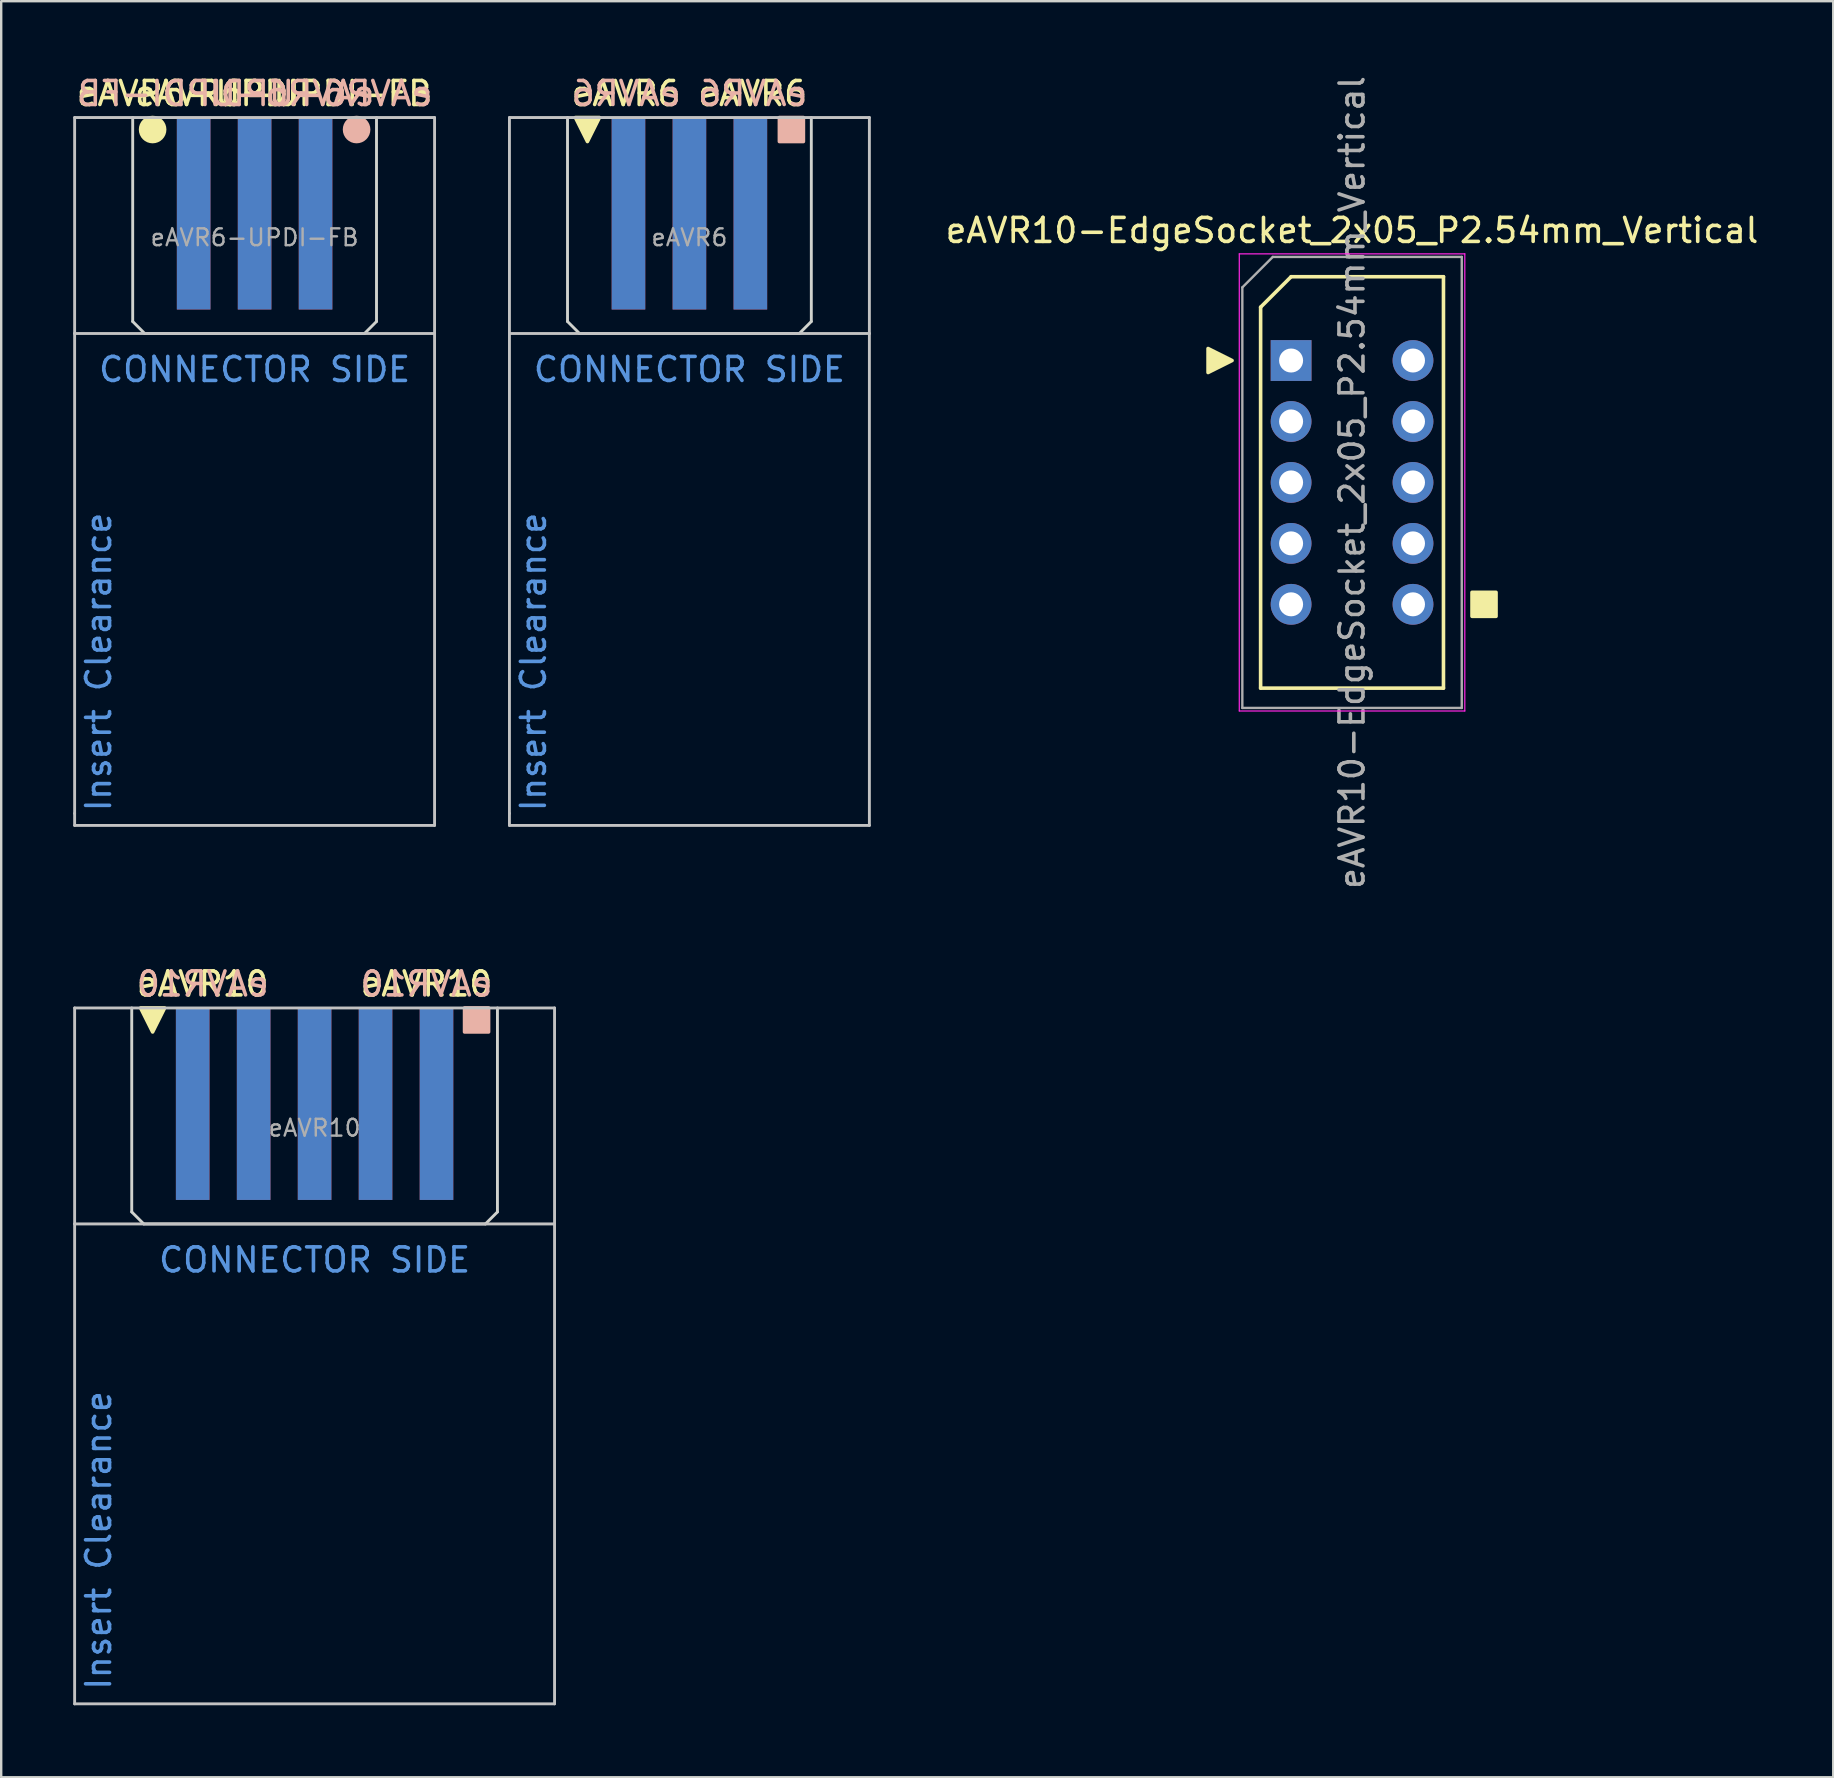
<source format=kicad_pcb>
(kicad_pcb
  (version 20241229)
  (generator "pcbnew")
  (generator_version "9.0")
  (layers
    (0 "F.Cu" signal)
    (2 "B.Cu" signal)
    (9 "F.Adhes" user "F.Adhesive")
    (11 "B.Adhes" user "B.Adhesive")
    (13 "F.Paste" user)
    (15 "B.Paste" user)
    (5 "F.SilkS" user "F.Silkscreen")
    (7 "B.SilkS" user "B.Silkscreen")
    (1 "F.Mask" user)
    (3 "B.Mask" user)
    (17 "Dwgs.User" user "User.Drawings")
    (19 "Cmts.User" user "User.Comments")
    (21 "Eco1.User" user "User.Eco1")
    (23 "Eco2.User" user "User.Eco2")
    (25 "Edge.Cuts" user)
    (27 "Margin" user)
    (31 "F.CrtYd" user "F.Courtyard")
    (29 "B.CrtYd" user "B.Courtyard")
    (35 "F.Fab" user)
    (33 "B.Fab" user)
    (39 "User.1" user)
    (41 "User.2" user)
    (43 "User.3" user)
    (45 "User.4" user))
  (footprint "eAVR10-EdgeSocket_2x05_P2.54mm_Vertical"
    (layer "F.Cu")
    (at 53.294 17.054)
    (property "Reference" "eAVR10-EdgeSocket_2x05_P2.54mm_Vertical" (at 0 -10.5 0) (layer "F.SilkS") (effects (font (size 1 1) (thickness 0.15))))
    (attr through_hole)
    (fp_line (start -3.81 -7.303) (end -3.81 8.572) (stroke (width 0.15) (type solid)) (layer "F.SilkS"))
    (fp_line (start -3.81 -7.303) (end -2.54 -8.572) (stroke (width 0.15) (type solid)) (layer "F.SilkS"))
    (fp_line (start -3.81 8.572) (end 3.81 8.572) (stroke (width 0.15) (type solid)) (layer "F.SilkS"))
    (fp_line (start -2.54 -8.572) (end 3.81 -8.572) (stroke (width 0.15) (type solid)) (layer "F.SilkS"))
    (fp_line (start 3.81 -8.572) (end 3.81 8.572) (stroke (width 0.15) (type solid)) (layer "F.SilkS"))
    (fp_rect (start 6 4.58) (end 5 5.58) (stroke (width 0.15) (type solid)) (fill yes) (layer "F.SilkS"))
    (fp_poly (pts (xy -5 -5.08) (xy -6 -5.58) (xy -6 -4.58)) (stroke (width 0.15) (type solid)) (fill yes) (layer "F.SilkS"))
    (fp_line (start -4.699 -9.525) (end -4.699 9.525) (stroke (width 0.05) (type solid)) (layer "F.CrtYd"))
    (fp_line (start -4.699 -9.525) (end 4.699 -9.525) (stroke (width 0.05) (type solid)) (layer "F.CrtYd"))
    (fp_line (start -4.699 9.525) (end 4.699 9.525) (stroke (width 0.05) (type solid)) (layer "F.CrtYd"))
    (fp_line (start 4.699 9.525) (end 4.699 -9.525) (stroke (width 0.05) (type solid)) (layer "F.CrtYd"))
    (fp_line (start -4.572 -8.128) (end -3.302 -9.398) (stroke (width 0.1) (type solid)) (layer "F.Fab"))
    (fp_line (start -4.572 9.398) (end -4.572 -8.128) (stroke (width 0.1) (type solid)) (layer "F.Fab"))
    (fp_line (start -4.572 9.398) (end 4.572 9.398) (stroke (width 0.1) (type solid)) (layer "F.Fab"))
    (fp_line (start -3.302 -9.398) (end 4.572 -9.398) (stroke (width 0.1) (type solid)) (layer "F.Fab"))
    (fp_line (start 4.572 9.398) (end 4.572 -9.398) (stroke (width 0.1) (type solid)) (layer "F.Fab"))
    (fp_text user "${REFERENCE}" (at 0 0 90) (layer "F.Fab") (effects (font (size 1 1) (thickness 0.15))))
    (pad "1" thru_hole rect (at -2.54 -5.08) (size 1.7 1.7) (drill 1) (layers "*.Cu" "*.Mask"))
    (pad "2" thru_hole oval (at 2.54 -5.08) (size 1.7 1.7) (drill 1) (layers "*.Cu" "*.Mask"))
    (pad "3" thru_hole circle (at -2.54 -2.54) (size 1.7 1.7) (drill 1) (layers "*.Cu" "*.Mask"))
    (pad "4" thru_hole oval (at 2.54 -2.54) (size 1.7 1.7) (drill 1) (layers "*.Cu" "*.Mask"))
    (pad "5" thru_hole oval (at -2.54 0) (size 1.7 1.7) (drill 1) (layers "*.Cu" "*.Mask"))
    (pad "6" thru_hole oval (at 2.54 0) (size 1.7 1.7) (drill 1) (layers "*.Cu" "*.Mask"))
    (pad "7" thru_hole oval (at -2.54 2.54) (size 1.7 1.7) (drill 1) (layers "*.Cu" "*.Mask"))
    (pad "8" thru_hole oval (at 2.54 2.54) (size 1.7 1.7) (drill 1) (layers "*.Cu" "*.Mask"))
    (pad "9" thru_hole oval (at -2.54 5.08) (size 1.7 1.7) (drill 1) (layers "*.Cu" "*.Mask"))
    (pad "10" thru_hole oval (at 2.54 5.08) (size 1.7 1.7) (drill 1) (layers "*.Cu" "*.Mask")))
  (footprint "eAVR6"
    (layer "F.Cu")
    (at 25.68 10.848)
    (property "Reference" "eAVR6" (at 5 -10 0) (layer "F.SilkS") (effects (font (size 1 1) (thickness 0.15)) (justify right)))
    (attr exclude_from_pos_files exclude_from_bom)
    (fp_poly (pts (xy -4.25 -8) (xy -3.75 -9) (xy -4.75 -9)) (stroke (width 0.15) (type solid)) (fill yes) (layer "F.SilkS"))
    (fp_rect (start 3.75 -9) (end 4.75 -8) (stroke (width 0.15) (type solid)) (fill yes) (layer "B.SilkS"))
    (fp_line (start -7.5 -9) (end -7.5 0) (stroke (width 0.12) (type solid)) (layer "Dwgs.User"))
    (fp_line (start -7.5 -9) (end 7.5 -9) (stroke (width 0.12) (type solid)) (layer "Dwgs.User"))
    (fp_line (start -7.5 0) (end 7.5 0) (stroke (width 0.12) (type solid)) (layer "Dwgs.User"))
    (fp_line (start -7.5 20) (end -7.5 0) (stroke (width 0.12) (type solid)) (layer "Dwgs.User"))
    (fp_line (start -7.5 20.5) (end -7.5 20) (stroke (width 0.12) (type solid)) (layer "Dwgs.User"))
    (fp_line (start -7.5 20.5) (end 7.5 20.5) (stroke (width 0.12) (type solid)) (layer "Dwgs.User"))
    (fp_line (start 7.5 -9) (end 7.5 0) (stroke (width 0.12) (type solid)) (layer "Dwgs.User"))
    (fp_line (start 7.5 20.5) (end 7.5 0) (stroke (width 0.12) (type solid)) (layer "Dwgs.User"))
    (fp_line (start -5.08 -9) (end -5.08 -0.5) (stroke (width 0.12) (type solid)) (layer "Edge.Cuts"))
    (fp_line (start -5.08 -0.5) (end -4.58 0) (stroke (width 0.12) (type solid)) (layer "Edge.Cuts"))
    (fp_line (start -4.58 0) (end 4.58 0) (stroke (width 0.12) (type solid)) (layer "Edge.Cuts"))
    (fp_line (start 5.08 -9) (end 5.08 -0.5) (stroke (width 0.12) (type solid)) (layer "Edge.Cuts"))
    (fp_line (start 5.08 -0.5) (end 4.58 0) (stroke (width 0.12) (type solid)) (layer "Edge.Cuts"))
    (fp_text user "eAVR6" (at -5 -10 0) (unlocked yes) (layer "F.SilkS") (effects (font (size 1 1) (thickness 0.15)) (justify left)))
    (fp_text user "${REFERENCE}" (at -5 -10 0) (layer "B.SilkS") (effects (font (size 1 1) (thickness 0.15)) (justify right mirror)))
    (fp_text user "eAVR6" (at 5 -10 0) (unlocked yes) (layer "B.SilkS") (effects (font (size 1 1) (thickness 0.15)) (justify left mirror)))
    (fp_text user "Insert Clearance" (at -6.5 20 90) (unlocked yes) (layer "Cmts.User") (effects (font (size 1 1) (thickness 0.15)) (justify left)))
    (fp_text user "CONNECTOR SIDE" (at 0 1.5 0) (unlocked yes) (layer "Cmts.User") (effects (font (size 1 1) (thickness 0.15))))
    (fp_text user "${REFERENCE}" (at 0 -4 0) (layer "F.Fab") (effects (font (size 0.7 0.7) (thickness 0.1))))
    (pad "1" connect rect (at -2.54 -5) (size 1.4 8) (layers "F.Cu" "F.Mask"))
    (pad "2" connect rect (at -2.54 -5) (size 1.4 8) (layers "B.Cu" "B.Mask"))
    (pad "3" connect rect (at 0 -5) (size 1.4 8) (layers "F.Cu" "F.Mask"))
    (pad "4" connect rect (at 0 -5) (size 1.4 8) (layers "B.Cu" "B.Mask"))
    (pad "5" connect rect (at 2.54 -5) (size 1.4 8) (layers "F.Cu" "F.Mask"))
    (pad "6" connect rect (at 2.54 -5) (size 1.4 8) (layers "B.Cu" "B.Mask")))
  (footprint "eAVR10"
    (layer "F.Cu")
    (at 10.06 47.955)
    (property "Reference" "eAVR10" (at 7.5 -10 0) (layer "F.SilkS") (effects (font (size 1 1) (thickness 0.15)) (justify right)))
    (attr exclude_from_pos_files exclude_from_bom)
    (fp_poly (pts (xy -6.75 -8) (xy -6.25 -9) (xy -7.25 -9)) (stroke (width 0.15) (type solid)) (fill yes) (layer "F.SilkS"))
    (fp_rect (start 6.25 -9) (end 7.25 -8) (stroke (width 0.15) (type solid)) (fill yes) (layer "B.SilkS"))
    (fp_line (start -10 -9) (end -10 0) (stroke (width 0.12) (type solid)) (layer "Dwgs.User"))
    (fp_line (start -10 0) (end -10 20) (stroke (width 0.12) (type solid)) (layer "Dwgs.User"))
    (fp_line (start -10 0) (end 10 0) (stroke (width 0.12) (type solid)) (layer "Dwgs.User"))
    (fp_line (start 10 -9) (end -10 -9) (stroke (width 0.12) (type solid)) (layer "Dwgs.User"))
    (fp_line (start 10 0) (end 10 -9) (stroke (width 0.12) (type solid)) (layer "Dwgs.User"))
    (fp_line (start 10 0) (end 10 20) (stroke (width 0.12) (type solid)) (layer "Dwgs.User"))
    (fp_line (start 10 20) (end -10 20) (stroke (width 0.12) (type solid)) (layer "Dwgs.User"))
    (fp_line (start -7.62 -9) (end -7.62 -0.5) (stroke (width 0.12) (type solid)) (layer "Edge.Cuts"))
    (fp_line (start -7.62 -0.5) (end -7.12 0) (stroke (width 0.12) (type solid)) (layer "Edge.Cuts"))
    (fp_line (start -7.12 0) (end 7.12 0) (stroke (width 0.12) (type solid)) (layer "Edge.Cuts"))
    (fp_line (start 7.62 -9) (end 7.62 -0.5) (stroke (width 0.12) (type solid)) (layer "Edge.Cuts"))
    (fp_line (start 7.62 -0.5) (end 7.12 0) (stroke (width 0.12) (type solid)) (layer "Edge.Cuts"))
    (fp_text user "eAVR10" (at -7.5 -10 0) (unlocked yes) (layer "F.SilkS") (effects (font (size 1 1) (thickness 0.15)) (justify left)))
    (fp_text user "eAVR10" (at 7.5 -10 0) (unlocked yes) (layer "B.SilkS") (effects (font (size 1 1) (thickness 0.15)) (justify left mirror)))
    (fp_text user "${REFERENCE}" (at -7.5 -10 0) (layer "B.SilkS") (effects (font (size 1 1) (thickness 0.15)) (justify right mirror)))
    (fp_text user "Insert Clearance" (at -9 19.5 90) (unlocked yes) (layer "Cmts.User") (effects (font (size 1 1) (thickness 0.15)) (justify left)))
    (fp_text user "CONNECTOR SIDE" (at 0 1.5 0) (unlocked yes) (layer "Cmts.User") (effects (font (size 1 1) (thickness 0.15))))
    (fp_text user "${REFERENCE}" (at 0 -4 0) (layer "F.Fab") (effects (font (size 0.7 0.7) (thickness 0.1))))
    (pad "1" connect rect (at -5.08 -5) (size 1.4 8) (layers "F.Cu" "F.Mask"))
    (pad "2" connect rect (at -5.08 -5) (size 1.4 8) (layers "B.Cu" "B.Mask"))
    (pad "3" connect rect (at -2.54 -5) (size 1.4 8) (layers "F.Cu" "F.Mask"))
    (pad "4" connect rect (at -2.54 -5) (size 1.4 8) (layers "B.Cu" "B.Mask"))
    (pad "5" connect rect (at 0 -5) (size 1.4 8) (layers "F.Cu" "F.Mask"))
    (pad "6" connect rect (at 0 -5) (size 1.4 8) (layers "B.Cu" "B.Mask"))
    (pad "7" connect rect (at 2.54 -5) (size 1.4 8) (layers "F.Cu" "F.Mask"))
    (pad "8" connect rect (at 2.54 -5) (size 1.4 8) (layers "B.Cu" "B.Mask"))
    (pad "9" connect rect (at 5.08 -5) (size 1.4 8) (layers "F.Cu" "F.Mask"))
    (pad "10" connect rect (at 5.08 -5) (size 1.4 8) (layers "B.Cu" "B.Mask")))
  (footprint "eAVR6-UPDI-FB"
    (layer "F.Cu")
    (at 7.56 10.848)
    (property "Reference" "eAVR6-UPDI-FB" (at 7.5 -10 0) (layer "F.SilkS") (effects (font (size 1 1) (thickness 0.15)) (justify right)))
    (attr exclude_from_pos_files exclude_from_bom)
    (fp_circle (center -4.25 -8.5) (end -3.75 -8.5) (stroke (width 0.15) (type solid)) (fill yes) (layer "F.SilkS"))
    (fp_circle (center 4.25 -8.5) (end 4.75 -8.5) (stroke (width 0.15) (type solid)) (fill yes) (layer "B.SilkS"))
    (fp_line (start -7.5 -9) (end -7.5 0) (stroke (width 0.12) (type solid)) (layer "Dwgs.User"))
    (fp_line (start -7.5 -9) (end 7.5 -9) (stroke (width 0.12) (type solid)) (layer "Dwgs.User"))
    (fp_line (start -7.5 0) (end 7.5 0) (stroke (width 0.12) (type solid)) (layer "Dwgs.User"))
    (fp_line (start -7.5 20) (end -7.5 0) (stroke (width 0.12) (type solid)) (layer "Dwgs.User"))
    (fp_line (start -7.5 20.5) (end -7.5 20) (stroke (width 0.12) (type solid)) (layer "Dwgs.User"))
    (fp_line (start -7.5 20.5) (end 7.5 20.5) (stroke (width 0.12) (type solid)) (layer "Dwgs.User"))
    (fp_line (start 7.5 -9) (end 7.5 0) (stroke (width 0.12) (type solid)) (layer "Dwgs.User"))
    (fp_line (start 7.5 20.5) (end 7.5 0) (stroke (width 0.12) (type solid)) (layer "Dwgs.User"))
    (fp_line (start -5.08 -9) (end -5.08 -0.5) (stroke (width 0.12) (type solid)) (layer "Edge.Cuts"))
    (fp_line (start -5.08 -0.5) (end -4.58 0) (stroke (width 0.12) (type solid)) (layer "Edge.Cuts"))
    (fp_line (start -4.58 0) (end 4.58 0) (stroke (width 0.12) (type solid)) (layer "Edge.Cuts"))
    (fp_line (start 5.08 -9) (end 5.08 -0.5) (stroke (width 0.12) (type solid)) (layer "Edge.Cuts"))
    (fp_line (start 5.08 -0.5) (end 4.58 0) (stroke (width 0.12) (type solid)) (layer "Edge.Cuts"))
    (fp_text user "eAVR6-UPDI" (at -7.5 -10 0) (unlocked yes) (layer "F.SilkS") (effects (font (size 1 1) (thickness 0.15)) (justify left)))
    (fp_text user "eAVR6-UPDI" (at 7.5 -10 0) (unlocked yes) (layer "B.SilkS") (effects (font (size 1 1) (thickness 0.15)) (justify left mirror)))
    (fp_text user "${REFERENCE}" (at -7.5 -10 0) (layer "B.SilkS") (effects (font (size 1 1) (thickness 0.15)) (justify right mirror)))
    (fp_text user "CONNECTOR SIDE" (at 0 1.5 0) (unlocked yes) (layer "Cmts.User") (effects (font (size 1 1) (thickness 0.15))))
    (fp_text user "Insert Clearance" (at -6.5 20 90) (unlocked yes) (layer "Cmts.User") (effects (font (size 1 1) (thickness 0.15)) (justify left)))
    (fp_text user "${REFERENCE}" (at 0 -4 0) (layer "F.Fab") (effects (font (size 0.7 0.7) (thickness 0.1))))
    (pad "1" connect rect (at -2.54 -5) (size 1.4 8) (layers "F.Cu" "F.Mask"))
    (pad "1" connect rect (at 2.54 -5) (size 1.4 8) (layers "B.Cu" "B.Mask"))
    (pad "2" connect rect (at 0 -5) (size 1.4 8) (layers "F.Cu" "F.Mask"))
    (pad "2" connect rect (at 0 -5) (size 1.4 8) (layers "B.Cu" "B.Mask"))
    (pad "6" connect rect (at -2.54 -5) (size 1.4 8) (layers "B.Cu" "B.Mask"))
    (pad "6" connect rect (at 2.54 -5) (size 1.4 8) (layers "F.Cu" "F.Mask")))
  (gr_rect
    (start -3 -3)
    (end 73.347 71.015)
    (stroke (width 0.1) (type default))
    (fill no)
    (layer "Edge.Cuts")))
</source>
